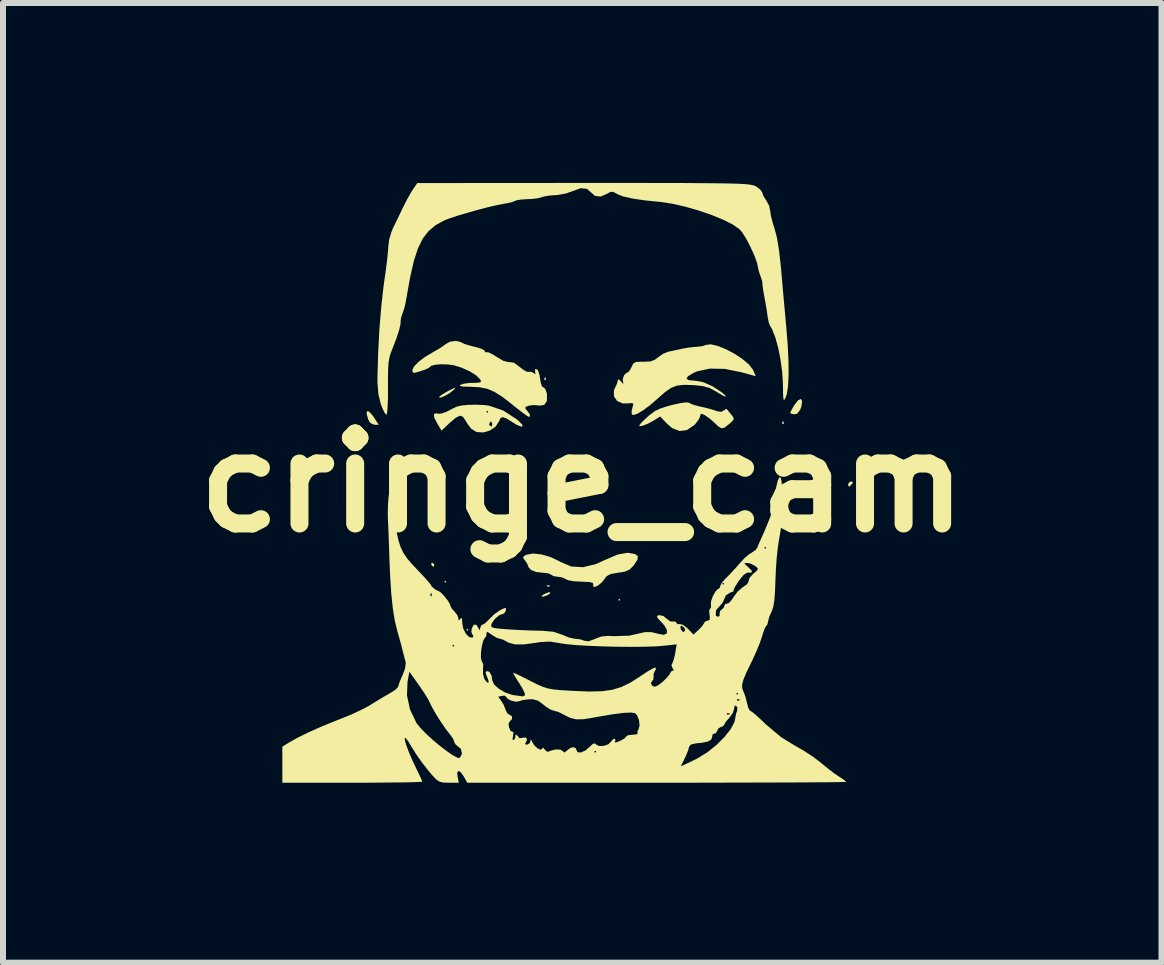
<source format=kicad_pcb>
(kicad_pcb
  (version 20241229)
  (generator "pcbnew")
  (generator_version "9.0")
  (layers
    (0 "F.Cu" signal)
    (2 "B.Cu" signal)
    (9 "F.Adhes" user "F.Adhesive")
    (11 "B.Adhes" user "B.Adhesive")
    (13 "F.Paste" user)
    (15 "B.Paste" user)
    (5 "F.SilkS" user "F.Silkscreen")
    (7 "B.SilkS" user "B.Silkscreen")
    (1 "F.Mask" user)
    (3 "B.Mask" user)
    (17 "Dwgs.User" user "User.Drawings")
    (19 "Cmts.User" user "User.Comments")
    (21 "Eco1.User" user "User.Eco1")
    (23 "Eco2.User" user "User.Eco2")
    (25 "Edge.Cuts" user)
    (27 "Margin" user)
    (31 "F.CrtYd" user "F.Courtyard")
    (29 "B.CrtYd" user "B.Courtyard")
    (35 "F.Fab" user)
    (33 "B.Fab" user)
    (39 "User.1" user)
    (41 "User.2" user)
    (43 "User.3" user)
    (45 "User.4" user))
  (footprint "cringe_cam"
    (layer "F.Cu")
    (at 6.657 4.999)
    (property "Reference" "cringe_cam" (at 0 0 0) (layer "F.SilkS") (effects (font (size 1.5 1.5) (thickness 0.3))))
    (attr board_only exclude_from_pos_files exclude_from_bom)
    (fp_poly (pts (xy -2.267 1.65) (xy -2.283 1.667) (xy -2.3 1.65) (xy -2.283 1.633)) (stroke (width 0) (type solid)) (fill yes) (layer "F.SilkS"))
    (fp_poly (pts (xy -1.9 2.45) (xy -1.917 2.467) (xy -1.933 2.45) (xy -1.917 2.433)) (stroke (width 0) (type solid)) (fill yes) (layer "F.SilkS"))
    (fp_poly (pts (xy 0.633 1.95) (xy 0.617 1.967) (xy 0.6 1.95) (xy 0.617 1.933)) (stroke (width 0) (type solid)) (fill yes) (layer "F.SilkS"))
    (fp_poly (pts (xy 3.333 -0.183) (xy 3.317 -0.167) (xy 3.3 -0.183) (xy 3.317 -0.2)) (stroke (width 0) (type solid)) (fill yes) (layer "F.SilkS"))
    (fp_poly (pts (xy -0.611 -1.756) (xy -0.607 -1.716) (xy -0.611 -1.711) (xy -0.631 -1.716) (xy -0.633 -1.733) (xy -0.621 -1.761)) (stroke (width 0) (type solid)) (fill yes) (layer "F.SilkS"))
    (fp_poly (pts (xy -0.544 1.711) (xy -0.549 1.731) (xy -0.567 1.733) (xy -0.594 1.721) (xy -0.589 1.711) (xy -0.549 1.707)) (stroke (width 0) (type solid)) (fill yes) (layer "F.SilkS"))
    (fp_poly (pts (xy 3.356 -1.022) (xy 3.36 -0.983) (xy 3.356 -0.978) (xy 3.336 -0.982) (xy 3.333 -1) (xy 3.346 -1.027)) (stroke (width 0) (type solid)) (fill yes) (layer "F.SilkS"))
    (fp_poly (pts (xy -2.468 1.358) (xy -2.467 1.367) (xy -2.478 1.399) (xy -2.481 1.4) (xy -2.51 1.377) (xy -2.517 1.367) (xy -2.514 1.336) (xy -2.502 1.333)) (stroke (width 0) (type solid)) (fill yes) (layer "F.SilkS"))
    (fp_poly (pts (xy 4.514 -0.011) (xy 4.495 0.022) (xy 4.457 0.06) (xy 4.446 0.067) (xy 4.434 0.04) (xy 4.433 0.022) (xy 4.46 -0.017) (xy 4.483 -0.022)) (stroke (width 0) (type solid)) (fill yes) (layer "F.SilkS"))
    (fp_poly (pts (xy -3.552 -1.186) (xy -3.493 -1.12) (xy -3.462 -1.074) (xy -3.393 -0.967) (xy -3.464 -0.967) (xy -3.534 -0.997) (xy -3.567 -1.052) (xy -3.595 -1.151) (xy -3.588 -1.196)) (stroke (width 0) (type solid)) (fill yes) (layer "F.SilkS"))
    (fp_poly (pts (xy -0.541 1.848) (xy -0.587 1.877) (xy -0.646 1.897) (xy -0.667 1.899) (xy -0.678 1.887) (xy -0.637 1.857) (xy -0.633 1.855) (xy -0.568 1.827) (xy -0.534 1.824)) (stroke (width 0) (type solid)) (fill yes) (layer "F.SilkS"))
    (fp_poly (pts (xy -2.127 -1.566) (xy -2.15 -1.543) (xy -2.208 -1.497) (xy -2.278 -1.456) (xy -2.341 -1.427) (xy -2.381 -1.418) (xy -2.383 -1.434) (xy -2.343 -1.468) (xy -2.264 -1.515) (xy -2.223 -1.537) (xy -2.142 -1.577) (xy -2.112 -1.586)) (stroke (width 0) (type solid)) (fill yes) (layer "F.SilkS"))
    (fp_poly (pts (xy 3.665 -1.365) (xy 3.655 -1.281) (xy 3.635 -1.221) (xy 3.585 -1.153) (xy 3.535 -1.142) (xy 3.48 -1.154) (xy 3.467 -1.165) (xy 3.483 -1.203) (xy 3.522 -1.273) (xy 3.533 -1.292) (xy 3.597 -1.375) (xy 3.644 -1.398)) (stroke (width 0) (type solid)) (fill yes) (layer "F.SilkS"))
    (fp_poly (pts (xy 0.881 1.187) (xy 0.926 1.223) (xy 0.92 1.282) (xy 0.862 1.371) (xy 0.854 1.382) (xy 0.79 1.446) (xy 0.711 1.481) (xy 0.599 1.499) (xy 0.478 1.52) (xy 0.408 1.555) (xy 0.387 1.583) (xy 0.338 1.649) (xy 0.278 1.701) (xy 0.223 1.733) (xy 0.186 1.735) (xy 0.182 1.7) (xy 0.185 1.692) (xy 0.174 1.668) (xy 0.114 1.654) (xy -0.003 1.649) (xy -0.016 1.648) (xy -0.139 1.642) (xy -0.232 1.625) (xy -0.273 1.607) (xy -0.335 1.577) (xy -0.405 1.567) (xy -0.479 1.556) (xy -0.517 1.533) (xy -0.561 1.511) (xy -0.642 1.5) (xy -0.654 1.5) (xy -0.769 1.487) (xy -0.856 1.452) (xy -0.898 1.404) (xy -0.9 1.393) (xy -0.921 1.341) (xy -0.954 1.295) (xy -0.987 1.25) (xy -0.971 1.221) (xy -0.925 1.198) (xy -0.819 1.179) (xy -0.68 1.194) (xy -0.527 1.238) (xy -0.381 1.308) (xy -0.363 1.319) (xy -0.184 1.395) (xy 0.012 1.407) (xy 0.227 1.355) (xy 0.382 1.285) (xy 0.586 1.197) (xy 0.756 1.166)) (stroke (width 0) (type solid)) (fill yes) (layer "F.SilkS"))
    (fp_poly (pts (xy 1.781 -1.335) (xy 1.784 -1.332) (xy 1.824 -1.311) (xy 1.908 -1.285) (xy 1.992 -1.265) (xy 2.108 -1.238) (xy 2.203 -1.21) (xy 2.244 -1.194) (xy 2.319 -1.183) (xy 2.353 -1.202) (xy 2.397 -1.23) (xy 2.409 -1.23) (xy 2.434 -1.198) (xy 2.482 -1.14) (xy 2.522 -1.088) (xy 2.522 -1.051) (xy 2.479 -1.005) (xy 2.451 -0.982) (xy 2.376 -0.922) (xy 2.324 -0.907) (xy 2.269 -0.939) (xy 2.211 -0.995) (xy 2.129 -1.067) (xy 2.051 -1.123) (xy 2.041 -1.129) (xy 1.986 -1.152) (xy 1.968 -1.134) (xy 1.967 -1.115) (xy 1.944 -1.059) (xy 1.889 -0.985) (xy 1.869 -0.964) (xy 1.749 -0.881) (xy 1.624 -0.863) (xy 1.499 -0.912) (xy 1.412 -0.986) (xy 1.3 -1.105) (xy 1.185 -1.034) (xy 1.092 -0.984) (xy 1.008 -0.952) (xy 0.996 -0.949) (xy 0.954 -0.944) (xy 0.952 -0.961) (xy 0.993 -1.009) (xy 1.02 -1.037) (xy 1.109 -1.119) (xy 1.204 -1.19) (xy 1.217 -1.199) (xy 1.296 -1.236) (xy 1.406 -1.273) (xy 1.527 -1.305) (xy 1.642 -1.329) (xy 1.733 -1.341)) (stroke (width 0) (type solid)) (fill yes) (layer "F.SilkS"))
    (fp_poly (pts (xy -1.623 -1.295) (xy -1.55 -1.285) (xy -1.316 -1.204) (xy -1.095 -1.061) (xy -1.067 -1.037) (xy -1.004 -0.973) (xy -0.993 -0.94) (xy -1.028 -0.939) (xy -1.102 -0.972) (xy -1.174 -1.017) (xy -1.271 -1.077) (xy -1.331 -1.095) (xy -1.367 -1.073) (xy -1.383 -1.034) (xy -1.443 -0.938) (xy -1.539 -0.872) (xy -1.652 -0.839) (xy -1.763 -0.847) (xy -1.85 -0.9) (xy -1.909 -0.976) (xy -1.553 -0.976) (xy -1.549 -0.964) (xy -1.516 -0.935) (xy -1.501 -0.968) (xy -1.5 -0.985) (xy -1.516 -1.02) (xy -1.534 -1.016) (xy -1.553 -0.976) (xy -1.909 -0.976) (xy -1.912 -0.981) (xy -1.947 -1.039) (xy -1.991 -1.103) (xy -2.042 -1.118) (xy -2.112 -1.082) (xy -2.204 -1.004) (xy -2.346 -0.87) (xy -2.42 -0.993) (xy -2.468 -1.09) (xy -2.472 -1.147) (xy -2.433 -1.159) (xy -2.41 -1.152) (xy -2.349 -1.154) (xy -2.266 -1.183) (xy -2.265 -1.183) (xy -1.6 -1.183) (xy -1.583 -1.167) (xy -1.567 -1.183) (xy -1.583 -1.2) (xy -1.6 -1.183) (xy -2.265 -1.183) (xy -2.255 -1.188) (xy -2.169 -1.233) (xy -2.101 -1.266) (xy -2.098 -1.268) (xy -2.018 -1.288) (xy -1.897 -1.3) (xy -1.757 -1.302)) (stroke (width 0) (type solid)) (fill yes) (layer "F.SilkS"))
    (fp_poly (pts (xy 2.259 -2.282) (xy 2.394 -2.228) (xy 2.535 -2.153) (xy 2.667 -2.067) (xy 2.775 -1.976) (xy 2.844 -1.889) (xy 2.852 -1.872) (xy 2.892 -1.777) (xy 2.654 -1.843) (xy 2.376 -1.899) (xy 2.129 -1.904) (xy 1.918 -1.859) (xy 1.853 -1.831) (xy 1.763 -1.777) (xy 1.737 -1.736) (xy 1.777 -1.711) (xy 1.881 -1.701) (xy 1.893 -1.701) (xy 2.021 -1.676) (xy 2.17 -1.61) (xy 2.319 -1.513) (xy 2.333 -1.502) (xy 2.388 -1.453) (xy 2.391 -1.436) (xy 2.351 -1.451) (xy 2.272 -1.496) (xy 2.228 -1.524) (xy 2.125 -1.58) (xy 2.013 -1.612) (xy 1.863 -1.628) (xy 1.862 -1.628) (xy 1.699 -1.633) (xy 1.58 -1.62) (xy 1.481 -1.583) (xy 1.38 -1.512) (xy 1.277 -1.421) (xy 1.139 -1.301) (xy 1.016 -1.209) (xy 0.917 -1.15) (xy 0.849 -1.129) (xy 0.824 -1.143) (xy 0.824 -1.203) (xy 0.839 -1.262) (xy 0.853 -1.318) (xy 0.826 -1.33) (xy 0.792 -1.325) (xy 0.672 -1.323) (xy 0.581 -1.365) (xy 0.529 -1.44) (xy 0.527 -1.536) (xy 0.546 -1.583) (xy 0.578 -1.65) (xy 0.594 -1.711) (xy 0.596 -1.723) (xy 0.616 -1.719) (xy 0.652 -1.681) (xy 0.684 -1.648) (xy 0.684 -1.659) (xy 0.675 -1.724) (xy 0.695 -1.791) (xy 0.734 -1.831) (xy 0.745 -1.833) (xy 0.784 -1.861) (xy 0.821 -1.928) (xy 0.821 -1.928) (xy 0.849 -1.986) (xy 0.89 -2.013) (xy 0.966 -2.019) (xy 1.017 -2.018) (xy 1.133 -2.023) (xy 1.215 -2.054) (xy 1.261 -2.09) (xy 1.345 -2.15) (xy 1.431 -2.185) (xy 1.519 -2.203) (xy 1.631 -2.227) (xy 1.659 -2.234) (xy 1.775 -2.255) (xy 1.883 -2.266) (xy 1.903 -2.267) (xy 1.997 -2.277) (xy 2.065 -2.299) (xy 2.144 -2.309)) (stroke (width 0) (type solid)) (fill yes) (layer "F.SilkS"))
    (fp_poly (pts (xy -2.027 -2.347) (xy -2.015 -2.339) (xy -1.967 -2.316) (xy -1.876 -2.288) (xy -1.793 -2.267) (xy -1.69 -2.238) (xy -1.631 -2.208) (xy -1.623 -2.19) (xy -1.622 -2.172) (xy -1.606 -2.179) (xy -1.561 -2.174) (xy -1.484 -2.136) (xy -1.427 -2.099) (xy -1.313 -2.032) (xy -1.228 -2.012) (xy -1.217 -2.014) (xy -1.137 -2.001) (xy -1.041 -1.93) (xy -0.968 -1.874) (xy -0.912 -1.849) (xy -0.898 -1.851) (xy -0.847 -1.85) (xy -0.814 -1.831) (xy -0.779 -1.809) (xy -0.783 -1.837) (xy -0.786 -1.845) (xy -0.787 -1.891) (xy -0.771 -1.9) (xy -0.738 -1.875) (xy -0.712 -1.795) (xy -0.692 -1.667) (xy -0.672 -1.607) (xy -0.645 -1.59) (xy -0.617 -1.566) (xy -0.592 -1.496) (xy -0.588 -1.474) (xy -0.589 -1.364) (xy -0.633 -1.299) (xy -0.713 -1.286) (xy -0.734 -1.291) (xy -0.816 -1.296) (xy -0.887 -1.286) (xy -0.946 -1.266) (xy -0.948 -1.238) (xy -0.92 -1.204) (xy -0.873 -1.138) (xy -0.875 -1.104) (xy -0.892 -1.1) (xy -0.927 -1.12) (xy -1 -1.173) (xy -1.1 -1.251) (xy -1.163 -1.302) (xy -1.326 -1.429) (xy -1.461 -1.514) (xy -1.583 -1.567) (xy -1.711 -1.593) (xy -1.862 -1.601) (xy -1.862 -1.601) (xy -1.982 -1.604) (xy -2.038 -1.614) (xy -2.035 -1.632) (xy -2.033 -1.633) (xy -1.971 -1.653) (xy -1.873 -1.665) (xy -1.825 -1.666) (xy -1.731 -1.669) (xy -1.691 -1.68) (xy -1.692 -1.707) (xy -1.705 -1.728) (xy -1.771 -1.793) (xy -1.881 -1.861) (xy -2.013 -1.92) (xy -2.147 -1.961) (xy -2.15 -1.961) (xy -2.253 -1.974) (xy -2.362 -1.976) (xy -2.458 -1.967) (xy -2.52 -1.95) (xy -2.533 -1.935) (xy -2.561 -1.914) (xy -2.629 -1.884) (xy -2.712 -1.856) (xy -2.785 -1.836) (xy -2.812 -1.833) (xy -2.832 -1.86) (xy -2.833 -1.877) (xy -2.806 -1.937) (xy -2.732 -2.014) (xy -2.626 -2.096) (xy -2.501 -2.17) (xy -2.5 -2.171) (xy -2.398 -2.229) (xy -2.311 -2.286) (xy -2.285 -2.307) (xy -2.204 -2.352) (xy -2.107 -2.366)) (stroke (width 0) (type solid)) (fill yes) (layer "F.SilkS"))
    (fp_poly (pts (xy 0.952 -4.999) (xy 1.328 -4.998) (xy 1.651 -4.998) (xy 1.924 -4.996) (xy 2.152 -4.994) (xy 2.339 -4.992) (xy 2.491 -4.989) (xy 2.61 -4.985) (xy 2.703 -4.98) (xy 2.772 -4.974) (xy 2.822 -4.966) (xy 2.858 -4.958) (xy 2.884 -4.949) (xy 2.897 -4.942) (xy 2.966 -4.891) (xy 2.999 -4.844) (xy 3 -4.839) (xy 3.019 -4.783) (xy 3.066 -4.71) (xy 3.067 -4.709) (xy 3.115 -4.621) (xy 3.133 -4.536) (xy 3.144 -4.457) (xy 3.173 -4.344) (xy 3.203 -4.249) (xy 3.245 -4.091) (xy 3.282 -3.867) (xy 3.314 -3.577) (xy 3.319 -3.517) (xy 3.338 -3.295) (xy 3.359 -3.059) (xy 3.38 -2.833) (xy 3.397 -2.642) (xy 3.401 -2.6) (xy 3.425 -2.301) (xy 3.438 -2.032) (xy 3.44 -1.8) (xy 3.431 -1.614) (xy 3.411 -1.482) (xy 3.397 -1.439) (xy 3.376 -1.392) (xy 3.362 -1.378) (xy 3.353 -1.405) (xy 3.348 -1.48) (xy 3.346 -1.612) (xy 3.345 -1.656) (xy 3.333 -1.852) (xy 3.305 -2.056) (xy 3.266 -2.254) (xy 3.217 -2.428) (xy 3.164 -2.562) (xy 3.131 -2.617) (xy 3.11 -2.67) (xy 3.092 -2.759) (xy 3.089 -2.784) (xy 3.073 -2.895) (xy 3.049 -3.032) (xy 3.035 -3.105) (xy 3.016 -3.212) (xy 3.005 -3.292) (xy 3.004 -3.322) (xy 2.997 -3.37) (xy 2.972 -3.444) (xy 2.944 -3.524) (xy 2.933 -3.577) (xy 2.915 -3.663) (xy 2.871 -3.785) (xy 2.809 -3.923) (xy 2.74 -4.057) (xy 2.672 -4.167) (xy 2.623 -4.226) (xy 2.514 -4.303) (xy 2.354 -4.384) (xy 2.157 -4.465) (xy 1.938 -4.54) (xy 1.712 -4.605) (xy 1.493 -4.654) (xy 1.297 -4.683) (xy 1.283 -4.684) (xy 1.04 -4.709) (xy 0.837 -4.739) (xy 0.682 -4.774) (xy 0.585 -4.812) (xy 0.58 -4.816) (xy 0.514 -4.852) (xy 0.462 -4.846) (xy 0.415 -4.819) (xy 0.305 -4.772) (xy 0.212 -4.783) (xy 0.16 -4.829) (xy 0.079 -4.9) (xy -0.026 -4.911) (xy -0.149 -4.867) (xy -0.266 -4.825) (xy -0.403 -4.799) (xy -0.448 -4.796) (xy -0.558 -4.787) (xy -0.646 -4.771) (xy -0.674 -4.762) (xy -0.739 -4.744) (xy -0.842 -4.732) (xy -0.907 -4.729) (xy -1.013 -4.723) (xy -1.092 -4.71) (xy -1.117 -4.701) (xy -1.168 -4.681) (xy -1.258 -4.66) (xy -1.3 -4.653) (xy -1.415 -4.631) (xy -1.569 -4.595) (xy -1.745 -4.549) (xy -1.925 -4.498) (xy -2.091 -4.449) (xy -2.225 -4.404) (xy -2.3 -4.375) (xy -2.444 -4.295) (xy -2.562 -4.197) (xy -2.659 -4.071) (xy -2.739 -3.909) (xy -2.806 -3.703) (xy -2.866 -3.443) (xy -2.898 -3.267) (xy -2.925 -3.113) (xy -2.944 -3.009) (xy -2.959 -2.94) (xy -2.973 -2.89) (xy -2.989 -2.843) (xy -2.997 -2.824) (xy -3.021 -2.75) (xy -3.027 -2.707) (xy -3.03 -2.644) (xy -3.056 -2.537) (xy -3.1 -2.402) (xy -3.156 -2.257) (xy -3.158 -2.25) (xy -3.193 -2.163) (xy -3.216 -2.084) (xy -3.23 -1.997) (xy -3.237 -1.886) (xy -3.239 -1.736) (xy -3.239 -1.592) (xy -3.239 -1.422) (xy -3.244 -1.282) (xy -3.251 -1.183) (xy -3.262 -1.136) (xy -3.265 -1.133) (xy -3.292 -1.162) (xy -3.329 -1.236) (xy -3.357 -1.308) (xy -3.398 -1.473) (xy -3.414 -1.672) (xy -3.414 -1.767) (xy -3.403 -2.161) (xy -3.382 -2.557) (xy -3.351 -2.935) (xy -3.313 -3.275) (xy -3.298 -3.38) (xy -3.273 -3.555) (xy -3.253 -3.72) (xy -3.239 -3.855) (xy -3.233 -3.943) (xy -3.233 -3.946) (xy -3.218 -4.06) (xy -3.178 -4.191) (xy -3.153 -4.25) (xy -3.09 -4.38) (xy -3.019 -4.527) (xy -2.984 -4.6) (xy -2.922 -4.721) (xy -2.858 -4.835) (xy -2.823 -4.89) (xy -2.75 -4.997) (xy 0.022 -4.999) (xy 0.518 -4.999)) (stroke (width 0) (type solid)) (fill yes) (layer "F.SilkS"))
    (fp_poly (pts (xy 3.308 -0.088) (xy 3.323 -0.025) (xy 3.329 0.075) (xy 3.332 0.313) (xy 3.33 0.5) (xy 3.322 0.652) (xy 3.308 0.786) (xy 3.286 0.916) (xy 3.282 0.936) (xy 3.261 1.073) (xy 3.242 1.251) (xy 3.228 1.448) (xy 3.221 1.619) (xy 3.213 1.823) (xy 3.201 1.972) (xy 3.183 2.075) (xy 3.158 2.145) (xy 3.155 2.15) (xy 3.117 2.235) (xy 3.1 2.304) (xy 3.1 2.306) (xy 3.085 2.365) (xy 3.071 2.381) (xy 3.046 2.421) (xy 3.015 2.503) (xy 2.999 2.557) (xy 2.964 2.661) (xy 2.908 2.799) (xy 2.841 2.947) (xy 2.815 3.001) (xy 2.737 3.162) (xy 2.688 3.278) (xy 2.666 3.36) (xy 2.666 3.422) (xy 2.685 3.477) (xy 2.689 3.483) (xy 2.719 3.561) (xy 2.745 3.663) (xy 2.747 3.675) (xy 2.769 3.755) (xy 2.794 3.798) (xy 2.8 3.8) (xy 2.835 3.822) (xy 2.906 3.881) (xy 2.999 3.967) (xy 3.059 4.025) (xy 3.31 4.237) (xy 3.535 4.376) (xy 3.685 4.461) (xy 3.842 4.563) (xy 3.972 4.662) (xy 3.973 4.663) (xy 4.086 4.756) (xy 4.197 4.841) (xy 4.282 4.899) (xy 4.355 4.947) (xy 4.396 4.98) (xy 4.4 4.986) (xy 4.367 4.988) (xy 4.273 4.99) (xy 4.121 4.992) (xy 3.916 4.993) (xy 3.662 4.995) (xy 3.365 4.996) (xy 3.029 4.997) (xy 2.658 4.998) (xy 2.257 4.999) (xy 1.831 5) (xy 1.384 5) (xy 1.242 5) (xy -1.917 5) (xy -1.973 4.9) (xy -2.028 4.823) (xy -2.068 4.803) (xy -2.085 4.839) (xy -2.078 4.9) (xy -2.058 5) (xy -2.228 5) (xy -2.314 4.998) (xy -2.376 4.984) (xy -2.431 4.949) (xy -2.496 4.881) (xy -2.568 4.796) (xy -2.622 4.726) (xy 1.643 4.726) (xy 1.73 4.687) (xy 1.819 4.645) (xy 1.922 4.593) (xy 1.933 4.587) (xy 2.089 4.49) (xy 2.238 4.37) (xy 2.37 4.239) (xy 2.473 4.109) (xy 2.535 3.993) (xy 2.549 3.937) (xy 2.563 3.853) (xy 2.582 3.803) (xy 2.585 3.746) (xy 2.57 3.724) (xy 2.542 3.712) (xy 2.533 3.759) (xy 2.533 3.762) (xy 2.511 3.836) (xy 2.455 3.914) (xy 2.45 3.92) (xy 2.394 3.984) (xy 2.367 4.031) (xy 2.367 4.035) (xy 2.34 4.063) (xy 2.319 4.067) (xy 2.271 4.094) (xy 2.25 4.134) (xy 2.221 4.179) (xy 2.198 4.182) (xy 2.173 4.193) (xy 2.167 4.231) (xy 2.151 4.28) (xy 2.098 4.313) (xy 1.997 4.334) (xy 1.9 4.343) (xy 1.811 4.363) (xy 1.781 4.401) (xy 1.766 4.459) (xy 1.73 4.548) (xy 1.711 4.588) (xy 1.643 4.726) (xy -2.622 4.726) (xy -2.668 4.668) (xy -2.766 4.529) (xy -2.84 4.411) (xy -2.895 4.32) (xy -2.938 4.261) (xy -2.959 4.248) (xy -2.958 4.289) (xy -2.933 4.377) (xy -2.887 4.499) (xy -2.825 4.642) (xy -2.762 4.774) (xy -2.713 4.875) (xy -2.678 4.951) (xy -2.667 4.982) (xy -2.699 4.986) (xy -2.79 4.99) (xy -2.933 4.994) (xy -3.12 4.996) (xy -3.343 4.998) (xy -3.595 5) (xy -3.833 5) (xy -5 5) (xy -5 4.7) (xy -5 4.399) (xy -4.892 4.332) (xy -4.746 4.25) (xy -4.554 4.156) (xy -4.335 4.059) (xy -4.107 3.966) (xy -4.017 3.931) (xy -3.855 3.865) (xy -3.689 3.788) (xy -3.549 3.714) (xy -3.517 3.694) (xy -3.394 3.618) (xy -3.273 3.546) (xy -3.27 3.545) (xy -2.922 3.545) (xy -2.872 3.778) (xy -2.766 4.001) (xy -2.761 4.009) (xy -2.698 4.087) (xy -2.605 4.183) (xy -2.491 4.287) (xy -2.37 4.388) (xy -2.252 4.478) (xy -2.151 4.547) (xy -2.077 4.585) (xy -2.05 4.589) (xy -2.019 4.551) (xy -2.006 4.508) (xy -2.025 4.434) (xy -2.065 4.401) (xy -2.119 4.355) (xy -2.133 4.321) (xy -2.154 4.266) (xy -2.203 4.197) (xy -2.204 4.197) (xy -2.274 4.107) (xy -2.356 3.987) (xy -2.438 3.859) (xy -2.503 3.744) (xy -2.538 3.672) (xy -2.572 3.605) (xy -2.597 3.564) (xy -1.397 3.564) (xy -1.388 3.587) (xy -1.358 3.625) (xy -1.309 3.703) (xy -1.282 3.775) (xy -1.251 3.841) (xy -1.213 3.867) (xy -1.174 3.89) (xy -1.17 3.937) (xy -1.204 3.973) (xy -1.205 3.974) (xy -1.229 4.014) (xy -1.221 4.078) (xy -1.195 4.137) (xy -1.164 4.149) (xy -1.145 4.158) (xy -1.154 4.219) (xy -1.163 4.281) (xy -1.142 4.289) (xy -1.138 4.286) (xy -1.114 4.246) (xy -1.118 4.231) (xy -1.113 4.202) (xy -1.102 4.2) (xy -1.068 4.226) (xy -1.067 4.237) (xy -1.042 4.259) (xy -1.014 4.253) (xy -0.947 4.245) (xy -0.918 4.273) (xy -0.936 4.32) (xy -0.956 4.357) (xy -0.921 4.367) (xy -0.874 4.339) (xy -0.865 4.308) (xy -0.858 4.277) (xy -0.84 4.305) (xy -0.833 4.323) (xy -0.794 4.383) (xy -0.741 4.429) (xy -0.693 4.45) (xy -0.667 4.434) (xy -0.666 4.426) (xy -0.653 4.413) (xy -0.63 4.442) (xy -0.59 4.482) (xy -0.564 4.482) (xy -0.509 4.461) (xy -0.444 4.446) (xy -0.365 4.449) (xy -0.327 4.473) (xy -0.296 4.498) (xy -0.258 4.467) (xy -0.199 4.42) (xy -0.14 4.407) (xy -0.103 4.431) (xy -0.1 4.449) (xy -0.077 4.492) (xy -0.021 4.496) (xy 0.006 4.483) (xy 0.2 4.483) (xy 0.217 4.5) (xy 0.233 4.483) (xy 0.217 4.467) (xy 0.2 4.483) (xy 0.006 4.483) (xy 0.054 4.462) (xy 0.116 4.408) (xy 0.177 4.352) (xy 0.214 4.345) (xy 0.23 4.362) (xy 0.28 4.388) (xy 0.358 4.386) (xy 0.435 4.359) (xy 0.48 4.315) (xy 0.516 4.272) (xy 0.534 4.267) (xy 0.555 4.287) (xy 0.55 4.3) (xy 0.541 4.329) (xy 0.574 4.326) (xy 0.648 4.295) (xy 0.71 4.258) (xy 0.733 4.228) (xy 0.762 4.209) (xy 0.833 4.2) (xy 0.839 4.2) (xy 0.904 4.194) (xy 0.924 4.18) (xy 0.923 4.178) (xy 0.921 4.138) (xy 0.937 4.113) (xy 0.956 4.046) (xy 0.946 3.956) (xy 0.913 3.874) (xy 0.884 3.844) (xy 2.411 3.844) (xy 2.416 3.864) (xy 2.433 3.867) (xy 2.461 3.854) (xy 2.456 3.844) (xy 2.416 3.84) (xy 2.411 3.844) (xy 0.884 3.844) (xy 0.88 3.84) (xy 0.814 3.83) (xy 0.687 3.836) (xy 0.503 3.86) (xy 0.266 3.9) (xy 0.178 3.916) (xy 0.017 3.942) (xy -0.103 3.943) (xy -0.205 3.918) (xy -0.31 3.865) (xy -0.317 3.861) (xy -0.401 3.819) (xy -0.47 3.8) (xy -0.474 3.8) (xy -0.533 3.779) (xy -0.613 3.727) (xy -0.645 3.7) (xy -0.736 3.633) (xy -0.816 3.611) (xy 2.578 3.611) (xy 2.582 3.631) (xy 2.6 3.633) (xy 2.627 3.621) (xy 2.622 3.611) (xy 2.583 3.607) (xy 2.578 3.611) (xy -0.816 3.611) (xy -0.824 3.609) (xy -0.887 3.609) (xy -0.981 3.621) (xy -1.048 3.639) (xy -1.056 3.643) (xy -1.11 3.65) (xy -1.184 3.632) (xy -1.245 3.601) (xy -1.267 3.57) (xy -1.293 3.549) (xy -1.325 3.55) (xy -1.382 3.561) (xy -1.397 3.564) (xy -2.597 3.564) (xy -2.634 3.504) (xy -2.712 3.389) (xy -2.726 3.369) (xy -2.882 3.15) (xy -2.913 3.317) (xy -2.922 3.545) (xy -3.27 3.545) (xy -3.192 3.5) (xy -3.115 3.45) (xy -3.071 3.405) (xy -3.067 3.393) (xy -3.053 3.342) (xy -3.018 3.256) (xy -2.996 3.209) (xy -2.957 3.104) (xy -2.942 3.014) (xy -2.944 2.99) (xy -2.964 2.916) (xy -1.69 2.916) (xy -1.677 2.974) (xy -1.67 2.981) (xy -1.651 3.026) (xy -1.654 3.097) (xy -1.655 3.185) (xy -1.632 3.269) (xy -1.592 3.324) (xy -1.567 3.333) (xy -1.56 3.308) (xy -1.582 3.247) (xy -1.585 3.242) (xy -1.612 3.168) (xy -1.596 3.138) (xy -1.548 3.151) (xy -1.513 3.213) (xy -1.501 3.291) (xy -1.471 3.36) (xy -1.394 3.431) (xy -1.288 3.494) (xy -1.171 3.535) (xy -1.13 3.542) (xy -1.046 3.553) (xy -0.996 3.561) (xy -0.994 3.561) (xy -0.957 3.544) (xy -0.953 3.539) (xy -0.958 3.517) (xy 2.567 3.517) (xy 2.583 3.533) (xy 2.6 3.517) (xy 2.583 3.5) (xy 2.567 3.517) (xy -0.958 3.517) (xy -0.962 3.499) (xy -1 3.423) (xy -1.052 3.339) (xy -1.109 3.25) (xy -1.144 3.188) (xy -1.149 3.167) (xy -1.113 3.181) (xy -1.032 3.219) (xy -0.92 3.275) (xy -0.859 3.306) (xy -0.748 3.362) (xy -0.659 3.401) (xy -0.576 3.427) (xy -0.48 3.445) (xy -0.356 3.457) (xy -0.186 3.467) (xy -0.136 3.47) (xy 0.12 3.48) (xy 0.326 3.475) (xy 0.497 3.451) (xy 0.648 3.406) (xy 0.795 3.336) (xy 0.953 3.236) (xy 0.994 3.208) (xy 1.096 3.14) (xy 1.177 3.095) (xy 1.221 3.079) (xy 1.225 3.081) (xy 1.224 3.118) (xy 1.209 3.138) (xy 1.186 3.198) (xy 1.191 3.224) (xy 1.185 3.281) (xy 1.167 3.3) (xy 1.144 3.342) (xy 1.166 3.385) (xy 1.211 3.4) (xy 1.261 3.378) (xy 1.332 3.325) (xy 1.403 3.258) (xy 1.454 3.198) (xy 1.467 3.169) (xy 1.493 3.136) (xy 1.507 3.133) (xy 1.53 3.123) (xy 1.507 3.094) (xy 1.487 3.041) (xy 1.497 3.019) (xy 1.52 2.966) (xy 1.543 2.875) (xy 1.55 2.838) (xy 1.574 2.693) (xy 1.378 2.715) (xy 1.229 2.727) (xy 1.037 2.733) (xy 0.815 2.735) (xy 0.577 2.733) (xy 0.336 2.727) (xy 0.107 2.718) (xy -0.098 2.706) (xy -0.265 2.69) (xy -0.38 2.673) (xy -0.389 2.671) (xy -0.541 2.647) (xy -0.694 2.655) (xy -0.753 2.664) (xy -0.967 2.694) (xy -1.125 2.694) (xy -1.232 2.664) (xy -1.252 2.651) (xy -1.325 2.612) (xy -1.371 2.601) (xy -1.432 2.581) (xy -1.51 2.533) (xy -1.517 2.527) (xy -1.577 2.487) (xy -1.596 2.494) (xy -1.594 2.502) (xy -1.602 2.561) (xy -1.622 2.583) (xy -1.651 2.634) (xy -1.674 2.722) (xy -1.688 2.824) (xy -1.69 2.916) (xy -2.964 2.916) (xy -3.015 2.717) (xy -2.167 2.717) (xy -2.15 2.733) (xy -2.133 2.717) (xy -2.15 2.7) (xy -2.167 2.717) (xy -3.015 2.717) (xy -3.018 2.704) (xy -3.089 2.45) (xy -3.128 2.287) (xy -3.159 2.088) (xy -3.182 1.867) (xy -2.533 1.867) (xy -2.521 1.894) (xy -2.511 1.889) (xy -2.507 1.849) (xy -2.511 1.844) (xy -2.531 1.849) (xy -2.533 1.867) (xy -3.182 1.867) (xy -3.184 1.846) (xy -3.203 1.554) (xy -3.216 1.233) (xy -3.222 1.046) (xy -3.228 0.879) (xy -3.233 0.746) (xy -3.237 0.66) (xy -3.239 0.633) (xy -3.242 0.556) (xy -3.241 0.453) (xy -3.237 0.345) (xy -3.23 0.251) (xy -3.222 0.188) (xy -3.215 0.174) (xy -3.2 0.215) (xy -3.181 0.301) (xy -3.166 0.388) (xy -3.129 0.63) (xy -3.096 0.818) (xy -3.063 0.964) (xy -3.026 1.078) (xy -2.979 1.173) (xy -2.919 1.261) (xy -2.841 1.352) (xy -2.748 1.451) (xy -2.654 1.55) (xy -2.582 1.63) (xy -2.54 1.68) (xy -2.533 1.69) (xy -2.509 1.729) (xy -2.458 1.774) (xy -2.41 1.8) (xy -2.405 1.8) (xy -2.362 1.825) (xy -2.303 1.885) (xy -2.245 1.958) (xy -2.206 2.022) (xy -2.2 2.045) (xy -2.177 2.095) (xy -2.133 2.142) (xy -2.082 2.207) (xy -2.066 2.258) (xy -2.061 2.297) (xy -2.037 2.273) (xy -2.033 2.267) (xy -2.012 2.25) (xy -2.002 2.289) (xy -2.001 2.34) (xy -1.983 2.433) (xy -1.941 2.515) (xy -1.887 2.571) (xy -1.834 2.582) (xy -1.825 2.578) (xy -1.815 2.548) (xy -1.829 2.536) (xy -1.849 2.488) (xy -1.841 2.425) (xy -1.808 2.365) (xy -1.765 2.368) (xy -1.724 2.433) (xy -1.724 2.433) (xy -1.709 2.462) (xy -1.703 2.426) (xy -1.703 2.425) (xy -1.684 2.375) (xy -1.665 2.367) (xy -1.622 2.343) (xy -1.561 2.285) (xy -1.546 2.268) (xy -1.462 2.187) (xy -1.369 2.123) (xy -1.363 2.12) (xy -1.296 2.089) (xy -1.271 2.092) (xy -1.273 2.126) (xy -1.299 2.175) (xy -1.317 2.184) (xy -1.385 2.209) (xy -1.458 2.27) (xy -1.508 2.342) (xy -1.513 2.353) (xy -1.519 2.386) (xy -1.506 2.407) (xy -1.463 2.422) (xy -1.378 2.432) (xy -1.24 2.443) (xy -1.209 2.445) (xy -1.038 2.455) (xy -0.864 2.462) (xy -0.716 2.466) (xy -0.674 2.466) (xy -0.478 2.484) (xy -0.333 2.533) (xy -0.231 2.576) (xy -0.136 2.599) (xy -0.116 2.6) (xy -0.025 2.612) (xy 0.031 2.632) (xy 0.1 2.643) (xy 0.196 2.61) (xy 0.213 2.602) (xy 0.314 2.563) (xy 0.429 2.552) (xy 0.528 2.557) (xy 0.784 2.548) (xy 0.905 2.521) (xy 1.043 2.49) (xy 1.15 2.489) (xy 1.202 2.501) (xy 1.291 2.523) (xy 1.355 2.533) (xy 1.359 2.533) (xy 1.41 2.513) (xy 1.413 2.458) (xy 1.383 2.403) (xy 1.635 2.403) (xy 1.646 2.451) (xy 1.679 2.486) (xy 1.701 2.482) (xy 1.717 2.445) (xy 1.697 2.413) (xy 1.653 2.38) (xy 1.635 2.403) (xy 1.383 2.403) (xy 1.37 2.38) (xy 1.327 2.331) (xy 1.263 2.263) (xy 1.244 2.227) (xy 1.263 2.21) (xy 1.282 2.206) (xy 1.354 2.221) (xy 1.404 2.263) (xy 1.468 2.312) (xy 1.514 2.313) (xy 1.559 2.314) (xy 1.567 2.333) (xy 1.591 2.359) (xy 1.617 2.354) (xy 1.675 2.365) (xy 1.75 2.422) (xy 1.761 2.433) (xy 1.854 2.53) (xy 1.944 2.447) (xy 2.003 2.384) (xy 2.033 2.337) (xy 2.033 2.332) (xy 2.061 2.304) (xy 2.087 2.3) (xy 2.124 2.285) (xy 2.127 2.231) (xy 2.122 2.201) (xy 2.226 2.201) (xy 2.229 2.217) (xy 2.26 2.233) (xy 2.27 2.233) (xy 2.293 2.209) (xy 2.289 2.186) (xy 2.298 2.135) (xy 2.319 2.12) (xy 2.362 2.076) (xy 2.367 2.052) (xy 2.388 2.017) (xy 2.408 2.018) (xy 2.449 2.001) (xy 2.5 1.94) (xy 2.517 1.912) (xy 2.586 1.818) (xy 2.671 1.744) (xy 2.686 1.735) (xy 2.751 1.687) (xy 2.774 1.641) (xy 2.773 1.637) (xy 2.787 1.589) (xy 2.84 1.527) (xy 2.854 1.515) (xy 2.915 1.463) (xy 2.928 1.431) (xy 2.899 1.399) (xy 2.883 1.387) (xy 2.805 1.346) (xy 2.75 1.336) (xy 2.707 1.339) (xy 2.713 1.358) (xy 2.758 1.398) (xy 2.818 1.457) (xy 2.832 1.491) (xy 2.808 1.496) (xy 2.747 1.499) (xy 2.69 1.536) (xy 2.623 1.618) (xy 2.6 1.65) (xy 2.548 1.732) (xy 2.522 1.788) (xy 2.523 1.803) (xy 2.517 1.813) (xy 2.467 1.83) (xy 2.394 1.877) (xy 2.373 1.926) (xy 2.339 2.001) (xy 2.289 2.058) (xy 2.231 2.124) (xy 2.226 2.201) (xy 2.122 2.201) (xy 2.122 2.2) (xy 2.116 2.131) (xy 2.13 2.1) (xy 2.131 2.1) (xy 2.148 2.074) (xy 2.144 2.036) (xy 2.148 1.973) (xy 2.177 1.891) (xy 2.219 1.815) (xy 2.261 1.77) (xy 2.274 1.767) (xy 2.298 1.74) (xy 2.3 1.722) (xy 2.318 1.683) (xy 2.333 1.683) (xy 2.35 1.7) (xy 2.367 1.683) (xy 2.35 1.667) (xy 2.333 1.683) (xy 2.318 1.683) (xy 2.323 1.672) (xy 2.379 1.605) (xy 2.392 1.593) (xy 2.465 1.52) (xy 2.556 1.421) (xy 2.617 1.351) (xy 2.7 1.261) (xy 2.78 1.192) (xy 2.826 1.164) (xy 2.893 1.118) (xy 2.915 1.083) (xy 3.033 1.083) (xy 3.05 1.1) (xy 3.067 1.083) (xy 3.05 1.067) (xy 3.033 1.083) (xy 2.915 1.083) (xy 2.92 1.075) (xy 2.944 1.016) (xy 2.987 0.918) (xy 3.034 0.817) (xy 3.136 0.566) (xy 3.196 0.326) (xy 3.212 0.217) (xy 3.235 0.065) (xy 3.26 -0.039) (xy 3.286 -0.091)) (stroke (width 0) (type solid)) (fill yes) (layer "F.SilkS")))
  (gr_rect
    (start -3 -3)
    (end 16.314 12.999)
    (stroke (width 0.1) (type default))
    (fill no)
    (layer "Edge.Cuts")))
</source>
